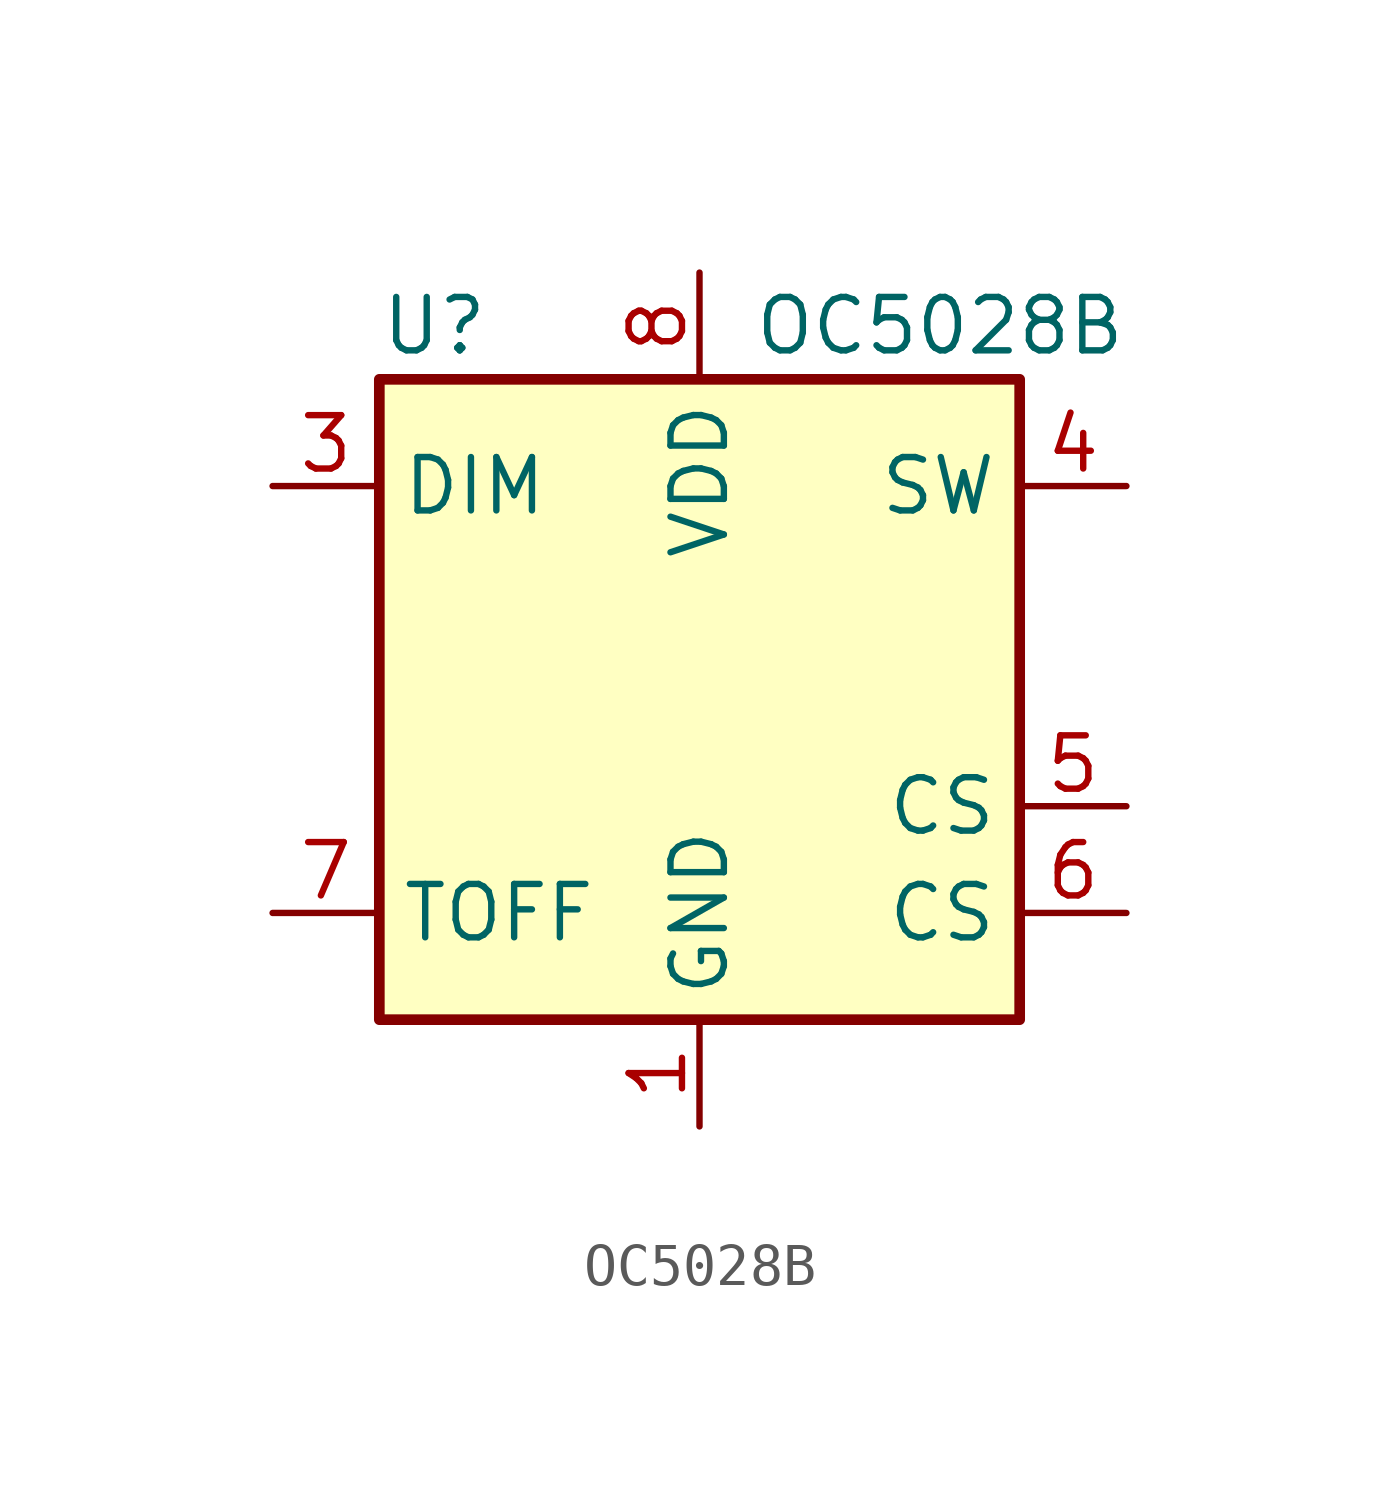
<source format=kicad_sym>
(kicad_symbol_lib
  (version 20231120)
  (generator "kicad_symbol_editor")
  (generator_version "8.0")
  (symbol "OC5028B"
    (property "Reference" "U"
      (at -7.62 8.89 0)
      (effects (font (size 1.27 1.27)) (justify left)))
    (property "Value" "OC5028B"
      (at 1.27 8.89 0)
      (effects (font (size 1.27 1.27)) (justify left)))
    (symbol "OC5028B_0_1"
      (rectangle (start -7.62 7.62) (end 7.62 -7.62) (stroke (width 0.254) (type default)) (fill (type background))))
    (symbol "OC5028B_1_1"
      (pin power_in line (at 0 -10.16 90) (length 2.54) (name "GND" (effects (font (size 1.27 1.27)))) (number "1" (effects (font (size 1.27 1.27)))))
      (pin passive line (at 0 -10.16 90) (length 2.54) hide (name "NC" (effects (font (size 1.27 1.27)))) (number "2" (effects (font (size 1.27 1.27)))))
      (pin input line (at -10.16 5.08 0) (length 2.54) (name "DIM" (effects (font (size 1.27 1.27)))) (number "3" (effects (font (size 1.27 1.27)))))
      (pin output line (at 10.16 5.08 180) (length 2.54) (name "SW" (effects (font (size 1.27 1.27)))) (number "4" (effects (font (size 1.27 1.27)))))
      (pin input line (at 10.16 -2.54 180) (length 2.54) (name "CS" (effects (font (size 1.27 1.27)))) (number "5" (effects (font (size 1.27 1.27)))))
      (pin input line (at 10.16 -5.08 180) (length 2.54) (name "CS" (effects (font (size 1.27 1.27)))) (number "6" (effects (font (size 1.27 1.27)))))
      (pin input line (at -10.16 -5.08 0) (length 2.54) (name "TOFF" (effects (font (size 1.27 1.27)))) (number "7" (effects (font (size 1.27 1.27)))))
      (pin power_out line (at 0 10.16 270) (length 2.54) (name "VDD" (effects (font (size 1.27 1.27)))) (number "8" (effects (font (size 1.27 1.27)))))
      (pin passive line (at 0 -10.16 90) (length 2.54) hide (name "GND" (effects (font (size 1.27 1.27)))) (number "9" (effects (font (size 1.27 1.27))))))))
</source>
